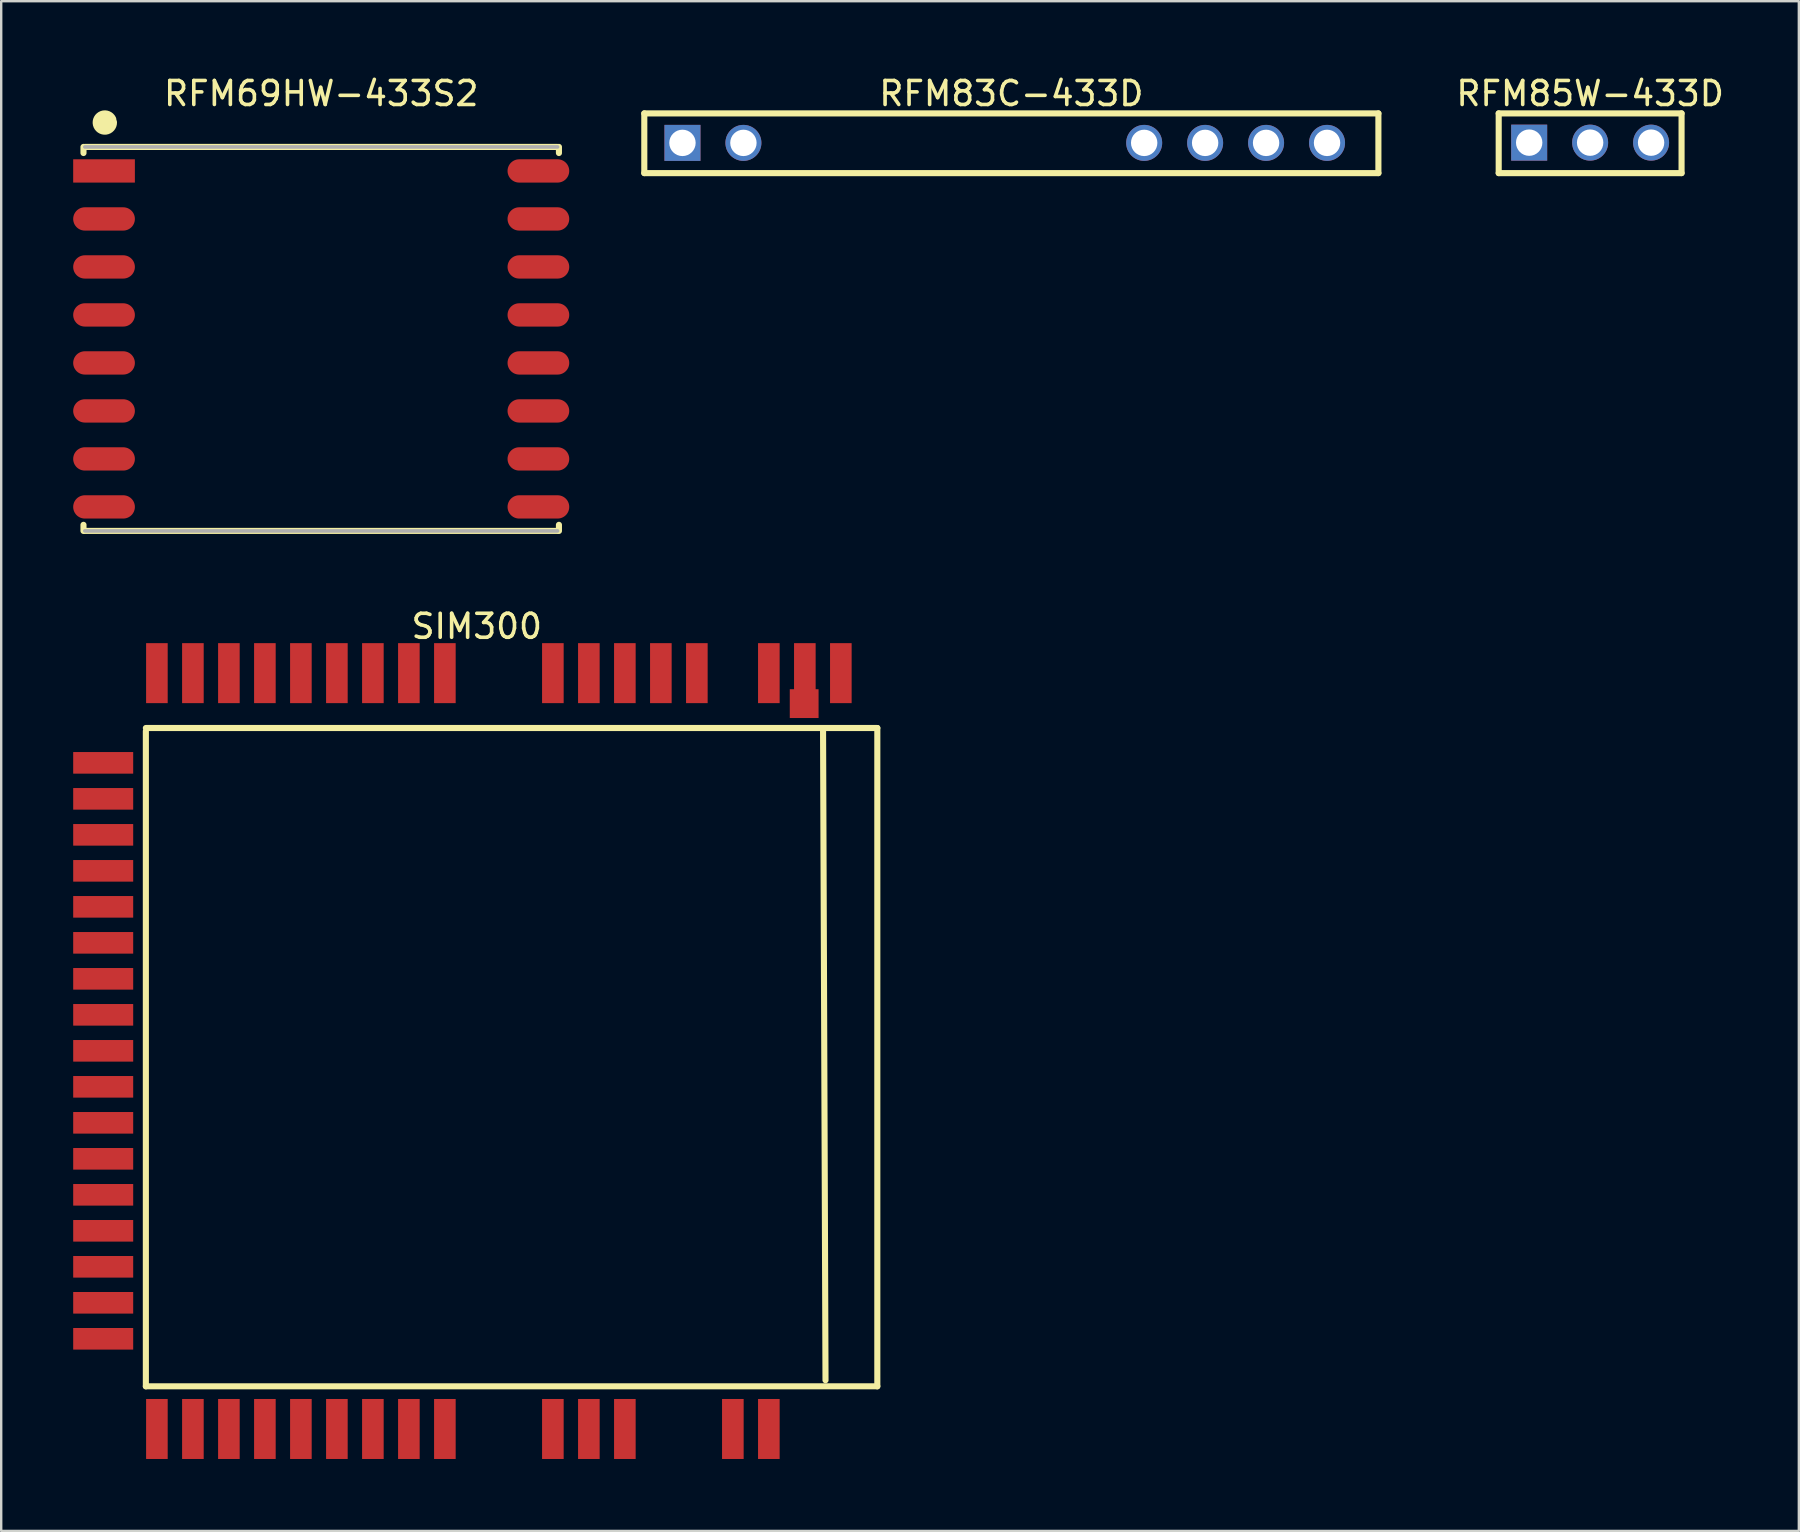
<source format=kicad_pcb>
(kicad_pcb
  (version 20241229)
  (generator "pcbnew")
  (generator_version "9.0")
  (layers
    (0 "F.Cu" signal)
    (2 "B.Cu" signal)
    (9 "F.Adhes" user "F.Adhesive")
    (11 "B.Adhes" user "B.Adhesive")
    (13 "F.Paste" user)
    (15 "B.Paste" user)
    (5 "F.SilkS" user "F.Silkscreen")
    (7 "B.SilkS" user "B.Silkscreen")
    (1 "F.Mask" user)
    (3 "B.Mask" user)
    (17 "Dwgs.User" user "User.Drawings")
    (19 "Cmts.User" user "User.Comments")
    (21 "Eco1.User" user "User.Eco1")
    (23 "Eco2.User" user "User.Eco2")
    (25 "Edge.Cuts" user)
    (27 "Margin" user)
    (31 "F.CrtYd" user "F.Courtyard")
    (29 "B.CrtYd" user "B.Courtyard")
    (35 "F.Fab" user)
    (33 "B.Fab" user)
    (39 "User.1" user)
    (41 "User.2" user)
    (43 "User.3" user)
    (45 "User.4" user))
  (footprint "RFM83C-433D"
    (layer "F.Cu")
    (at 38.818 2.904)
    (property "Reference" "RFM83C-433D" (at 0.275 -2.056 0) (layer "F.SilkS") (effects (font (size 1 1) (thickness 0.15))))
    (fp_line (start -15.02 -1.229) (end 15.57 -1.229) (stroke (width 0.254) (type solid)) (layer "F.SilkS"))
    (fp_line (start -15.02 1.26) (end -15.02 -1.229) (stroke (width 0.254) (type solid)) (layer "F.SilkS"))
    (fp_line (start -15.02 1.26) (end 15.57 1.26) (stroke (width 0.254) (type solid)) (layer "F.SilkS"))
    (fp_line (start 15.57 1.26) (end 15.57 -1.229) (stroke (width 0.254) (type solid)) (layer "F.SilkS"))
    (pad "1" thru_hole rect (at -13.43 0) (size 1.5 1.5) (drill 1.1) (layers "*.Cu" "*.Mask"))
    (pad "2" thru_hole circle (at -10.89 0) (size 1.5 1.5) (drill 1.1) (layers "*.Cu" "*.Mask"))
    (pad "3" thru_hole circle (at 5.81 0) (size 1.5 1.5) (drill 1.1) (layers "*.Cu" "*.Mask"))
    (pad "4" thru_hole circle (at 8.35 0) (size 1.5 1.5) (drill 1.1) (layers "*.Cu" "*.Mask"))
    (pad "5" thru_hole circle (at 10.89 0) (size 1.5 1.5) (drill 1.1) (layers "*.Cu" "*.Mask"))
    (pad "6" thru_hole circle (at 13.43 0) (size 1.5 1.5) (drill 1.1) (layers "*.Cu" "*.Mask")))
  (footprint "RFM69HW-433S2"
    (layer "F.Cu")
    (at 10.335 11.073)
    (property "Reference" "RFM69HW-433S2" (at 0 -10.225 0) (layer "F.SilkS") (effects (font (size 1 1) (thickness 0.15))))
    (fp_line (start -9.906 -7.747) (end -9.906 -8.001) (stroke (width 0.254) (type solid)) (layer "F.SilkS"))
    (fp_line (start -9.906 8.001) (end -9.906 7.747) (stroke (width 0.254) (type solid)) (layer "F.SilkS"))
    (fp_line (start -9.85 -8) (end 9.85 -8) (stroke (width 0.254) (type solid)) (layer "F.SilkS"))
    (fp_line (start -9.85 8) (end 9.85 8) (stroke (width 0.254) (type solid)) (layer "F.SilkS"))
    (fp_line (start 9.906 -7.747) (end 9.906 -8.001) (stroke (width 0.254) (type solid)) (layer "F.SilkS"))
    (fp_line (start 9.906 8.001) (end 9.906 7.747) (stroke (width 0.254) (type solid)) (layer "F.SilkS"))
    (fp_arc (start -8.763 -9.017) (mid -9.264205 -8.958643) (end -8.789815 -9.130592) (stroke (width 0.508) (type solid)) (layer "F.SilkS"))
    (fp_line (start -9.906 -8.001) (end 9.779 -8.001) (stroke (width 0.254) (type solid)) (layer "Eco2.User"))
    (fp_line (start -9.906 8.001) (end -9.906 -8.001) (stroke (width 0.254) (type solid)) (layer "Eco2.User"))
    (fp_line (start -9.906 8.001) (end 9.906 8.001) (stroke (width 0.254) (type solid)) (layer "Eco2.User"))
    (fp_line (start -0.5 0) (end 0.5 0) (stroke (width 0.1) (type solid)) (layer "Eco2.User"))
    (fp_line (start 0 0.5) (end 0 -0.5) (stroke (width 0.1) (type solid)) (layer "Eco2.User"))
    (fp_line (start 9.779 -8.001) (end 9.906 8.001) (stroke (width 0.254) (type solid)) (layer "Eco2.User"))
    (fp_line (start -9.85 -8) (end 9.85 -8) (stroke (width 0.15) (type solid)) (layer "F.Fab"))
    (fp_line (start -9.85 8) (end 9.85 8) (stroke (width 0.15) (type solid)) (layer "F.Fab"))
    (fp_text_box "${REFERENCE}" (start -1.397 -1.046) (end 7.751 0.635) (margins 0 0 0 0) (layer "Eco2.User") (effects (font (face "Arial") (size 1.28 1.28) (thickness 0.1)) (justify left top)) (border no) (stroke (width 0.1) (type default)))
    (pad "1" smd rect (at -9.05 -7) (size 2.571 0.971) (layers "F.Cu" "F.Mask" "F.Paste"))
    (pad "2" smd oval (at -9.05 -5) (size 2.571 0.971) (layers "F.Cu" "F.Mask" "F.Paste"))
    (pad "3" smd oval (at -9.05 -3) (size 2.571 0.971) (layers "F.Cu" "F.Mask" "F.Paste"))
    (pad "4" smd oval (at -9.05 -1) (size 2.571 0.971) (layers "F.Cu" "F.Mask" "F.Paste"))
    (pad "5" smd oval (at -9.05 1) (size 2.571 0.971) (layers "F.Cu" "F.Mask" "F.Paste"))
    (pad "6" smd oval (at -9.05 3) (size 2.571 0.971) (layers "F.Cu" "F.Mask" "F.Paste"))
    (pad "7" smd oval (at -9.05 5) (size 2.571 0.971) (layers "F.Cu" "F.Mask" "F.Paste"))
    (pad "8" smd oval (at -9.05 7) (size 2.571 0.971) (layers "F.Cu" "F.Mask" "F.Paste"))
    (pad "9" smd oval (at 9.05 7) (size 2.571 0.971) (layers "F.Cu" "F.Mask" "F.Paste"))
    (pad "10" smd oval (at 9.05 5) (size 2.571 0.971) (layers "F.Cu" "F.Mask" "F.Paste"))
    (pad "11" smd oval (at 9.05 3) (size 2.571 0.971) (layers "F.Cu" "F.Mask" "F.Paste"))
    (pad "12" smd oval (at 9.05 1) (size 2.571 0.971) (layers "F.Cu" "F.Mask" "F.Paste"))
    (pad "13" smd oval (at 9.05 -1) (size 2.571 0.971) (layers "F.Cu" "F.Mask" "F.Paste"))
    (pad "14" smd oval (at 9.05 -3) (size 2.571 0.971) (layers "F.Cu" "F.Mask" "F.Paste"))
    (pad "15" smd oval (at 9.05 -5) (size 2.571 0.971) (layers "F.Cu" "F.Mask" "F.Paste"))
    (pad "16" smd oval (at 9.05 -7) (size 2.571 0.971) (layers "F.Cu" "F.Mask" "F.Paste")))
  (footprint "SIM300"
    (layer "F.Cu")
    (at 0.488 24.238)
    (property "Reference" "SIM300" (at 16.329 -1.188 0) (layer "F.SilkS") (effects (font (size 1 1) (thickness 0.15))))
    (fp_line (start 2.54 3.048) (end 33.02 3.048) (stroke (width 0.254) (type solid)) (layer "F.SilkS"))
    (fp_line (start 2.54 30.48) (end 2.54 3.175) (stroke (width 0.254) (type solid)) (layer "F.SilkS"))
    (fp_line (start 2.54 30.48) (end 33.02 30.48) (stroke (width 0.254) (type solid)) (layer "F.SilkS"))
    (fp_line (start 30.759 3.175) (end 30.861 30.226) (stroke (width 0.254) (type solid)) (layer "F.SilkS"))
    (fp_line (start 33.02 30.48) (end 33.02 3.048) (stroke (width 0.254) (type solid)) (layer "F.SilkS"))
    (pad "1" smd rect (at 0.762 4.5 90) (size 0.9 2.5) (layers "F.Cu" "F.Mask" "F.Paste"))
    (pad "2" smd rect (at 0.762 6 90) (size 0.9 2.5) (layers "F.Cu" "F.Mask" "F.Paste"))
    (pad "3" smd rect (at 0.762 7.5 90) (size 0.9 2.5) (layers "F.Cu" "F.Mask" "F.Paste"))
    (pad "4" smd rect (at 0.762 9 90) (size 0.9 2.5) (layers "F.Cu" "F.Mask" "F.Paste"))
    (pad "5" smd rect (at 0.762 10.5 90) (size 0.9 2.5) (layers "F.Cu" "F.Mask" "F.Paste"))
    (pad "6" smd rect (at 0.762 12 90) (size 0.9 2.5) (layers "F.Cu" "F.Mask" "F.Paste"))
    (pad "7" smd rect (at 0.762 13.5 90) (size 0.9 2.5) (layers "F.Cu" "F.Mask" "F.Paste"))
    (pad "8" smd rect (at 0.762 15 90) (size 0.9 2.5) (layers "F.Cu" "F.Mask" "F.Paste"))
    (pad "9" smd rect (at 0.762 16.5 90) (size 0.9 2.5) (layers "F.Cu" "F.Mask" "F.Paste"))
    (pad "10" smd rect (at 0.762 18 90) (size 0.9 2.5) (layers "F.Cu" "F.Mask" "F.Paste"))
    (pad "11" smd rect (at 0.762 19.5 90) (size 0.9 2.5) (layers "F.Cu" "F.Mask" "F.Paste"))
    (pad "12" smd rect (at 0.762 21 90) (size 0.9 2.5) (layers "F.Cu" "F.Mask" "F.Paste"))
    (pad "13" smd rect (at 0.762 22.5 90) (size 0.9 2.5) (layers "F.Cu" "F.Mask" "F.Paste"))
    (pad "14" smd rect (at 0.762 24 90) (size 0.9 2.5) (layers "F.Cu" "F.Mask" "F.Paste"))
    (pad "15" smd rect (at 0.762 25.5 90) (size 0.9 2.5) (layers "F.Cu" "F.Mask" "F.Paste"))
    (pad "16" smd rect (at 0.762 27 90) (size 0.9 2.5) (layers "F.Cu" "F.Mask" "F.Paste"))
    (pad "17" smd rect (at 0.762 28.5 90) (size 0.9 2.5) (layers "F.Cu" "F.Mask" "F.Paste"))
    (pad "18" smd rect (at 3 32.258 180) (size 0.9 2.5) (layers "F.Cu" "F.Mask" "F.Paste"))
    (pad "19" smd rect (at 4.5 32.258 180) (size 0.9 2.5) (layers "F.Cu" "F.Mask" "F.Paste"))
    (pad "20" smd rect (at 6 32.258 180) (size 0.9 2.5) (layers "F.Cu" "F.Mask" "F.Paste"))
    (pad "21" smd rect (at 7.5 32.258 180) (size 0.9 2.5) (layers "F.Cu" "F.Mask" "F.Paste"))
    (pad "22" smd rect (at 9 32.258 180) (size 0.9 2.5) (layers "F.Cu" "F.Mask" "F.Paste"))
    (pad "23" smd rect (at 10.5 32.258 180) (size 0.9 2.5) (layers "F.Cu" "F.Mask" "F.Paste"))
    (pad "24" smd rect (at 12 32.258 180) (size 0.9 2.5) (layers "F.Cu" "F.Mask" "F.Paste"))
    (pad "25" smd rect (at 13.5 32.258 180) (size 0.9 2.5) (layers "F.Cu" "F.Mask" "F.Paste"))
    (pad "26" smd rect (at 15 32.258 180) (size 0.9 2.5) (layers "F.Cu" "F.Mask" "F.Paste"))
    (pad "27" smd rect (at 19.5 32.258 180) (size 0.9 2.5) (layers "F.Cu" "F.Mask" "F.Paste"))
    (pad "28" smd rect (at 21 32.258 180) (size 0.9 2.5) (layers "F.Cu" "F.Mask" "F.Paste"))
    (pad "29" smd rect (at 22.5 32.258 180) (size 0.9 2.5) (layers "F.Cu" "F.Mask" "F.Paste"))
    (pad "30" smd rect (at 27 32.258 180) (size 0.9 2.5) (layers "F.Cu" "F.Mask" "F.Paste"))
    (pad "31" smd rect (at 28.5 32.258 180) (size 0.9 2.5) (layers "F.Cu" "F.Mask" "F.Paste"))
    (pad "32" smd rect (at 31.5 0.762 180) (size 0.9 2.5) (layers "F.Cu" "F.Mask" "F.Paste"))
    (pad "33" smd rect (at 29.972 2.032) (size 1.2 1.2) (layers "F.Cu" "F.Mask" "F.Paste"))
    (pad "33" smd rect (at 30 0.762 180) (size 0.9 2.5) (layers "F.Cu" "F.Mask" "F.Paste"))
    (pad "34" smd rect (at 28.5 0.762 180) (size 0.9 2.5) (layers "F.Cu" "F.Mask" "F.Paste"))
    (pad "35" smd rect (at 25.5 0.762 180) (size 0.9 2.5) (layers "F.Cu" "F.Mask" "F.Paste"))
    (pad "36" smd rect (at 24 0.762 180) (size 0.9 2.5) (layers "F.Cu" "F.Mask" "F.Paste"))
    (pad "37" smd rect (at 22.5 0.762 180) (size 0.9 2.5) (layers "F.Cu" "F.Mask" "F.Paste"))
    (pad "38" smd rect (at 21 0.762 180) (size 0.9 2.5) (layers "F.Cu" "F.Mask" "F.Paste"))
    (pad "39" smd rect (at 19.5 0.762 180) (size 0.9 2.5) (layers "F.Cu" "F.Mask" "F.Paste"))
    (pad "40" smd rect (at 15 0.762 180) (size 0.9 2.5) (layers "F.Cu" "F.Mask" "F.Paste"))
    (pad "41" smd rect (at 13.5 0.762 180) (size 0.9 2.5) (layers "F.Cu" "F.Mask" "F.Paste"))
    (pad "42" smd rect (at 12 0.762 180) (size 0.9 2.5) (layers "F.Cu" "F.Mask" "F.Paste"))
    (pad "43" smd rect (at 10.5 0.762 180) (size 0.9 2.5) (layers "F.Cu" "F.Mask" "F.Paste"))
    (pad "44" smd rect (at 9 0.762 180) (size 0.9 2.5) (layers "F.Cu" "F.Mask" "F.Paste"))
    (pad "45" smd rect (at 7.5 0.762 180) (size 0.9 2.5) (layers "F.Cu" "F.Mask" "F.Paste"))
    (pad "46" smd rect (at 6 0.762 180) (size 0.9 2.5) (layers "F.Cu" "F.Mask" "F.Paste"))
    (pad "47" smd rect (at 4.5 0.762 180) (size 0.9 2.5) (layers "F.Cu" "F.Mask" "F.Paste"))
    (pad "48" smd rect (at 3 0.762 180) (size 0.9 2.5) (layers "F.Cu" "F.Mask" "F.Paste")))
  (footprint "RFM85W-433D"
    (layer "F.Cu")
    (at 60.671 2.894)
    (property "Reference" "RFM85W-433D" (at 2.54 -2.046 0) (layer "F.SilkS") (effects (font (size 1 1) (thickness 0.15))))
    (fp_line (start -1.27 -1.219) (end 6.35 -1.219) (stroke (width 0.254) (type solid)) (layer "F.SilkS"))
    (fp_line (start -1.27 1.27) (end -1.27 -1.219) (stroke (width 0.254) (type solid)) (layer "F.SilkS"))
    (fp_line (start -1.27 1.27) (end 6.35 1.27) (stroke (width 0.254) (type solid)) (layer "F.SilkS"))
    (fp_line (start 6.35 1.27) (end 6.35 -1.219) (stroke (width 0.254) (type solid)) (layer "F.SilkS"))
    (pad "1" thru_hole rect (at 0 0) (size 1.5 1.5) (drill 1.1) (layers "*.Cu" "*.Mask"))
    (pad "2" thru_hole circle (at 2.54 0) (size 1.5 1.5) (drill 1.1) (layers "*.Cu" "*.Mask"))
    (pad "3" thru_hole circle (at 5.08 0) (size 1.5 1.5) (drill 1.1) (layers "*.Cu" "*.Mask")))
  (gr_rect
    (start -3 -3)
    (end 71.908 60.745)
    (stroke (width 0.1) (type default))
    (fill no)
    (layer "Edge.Cuts")))
</source>
